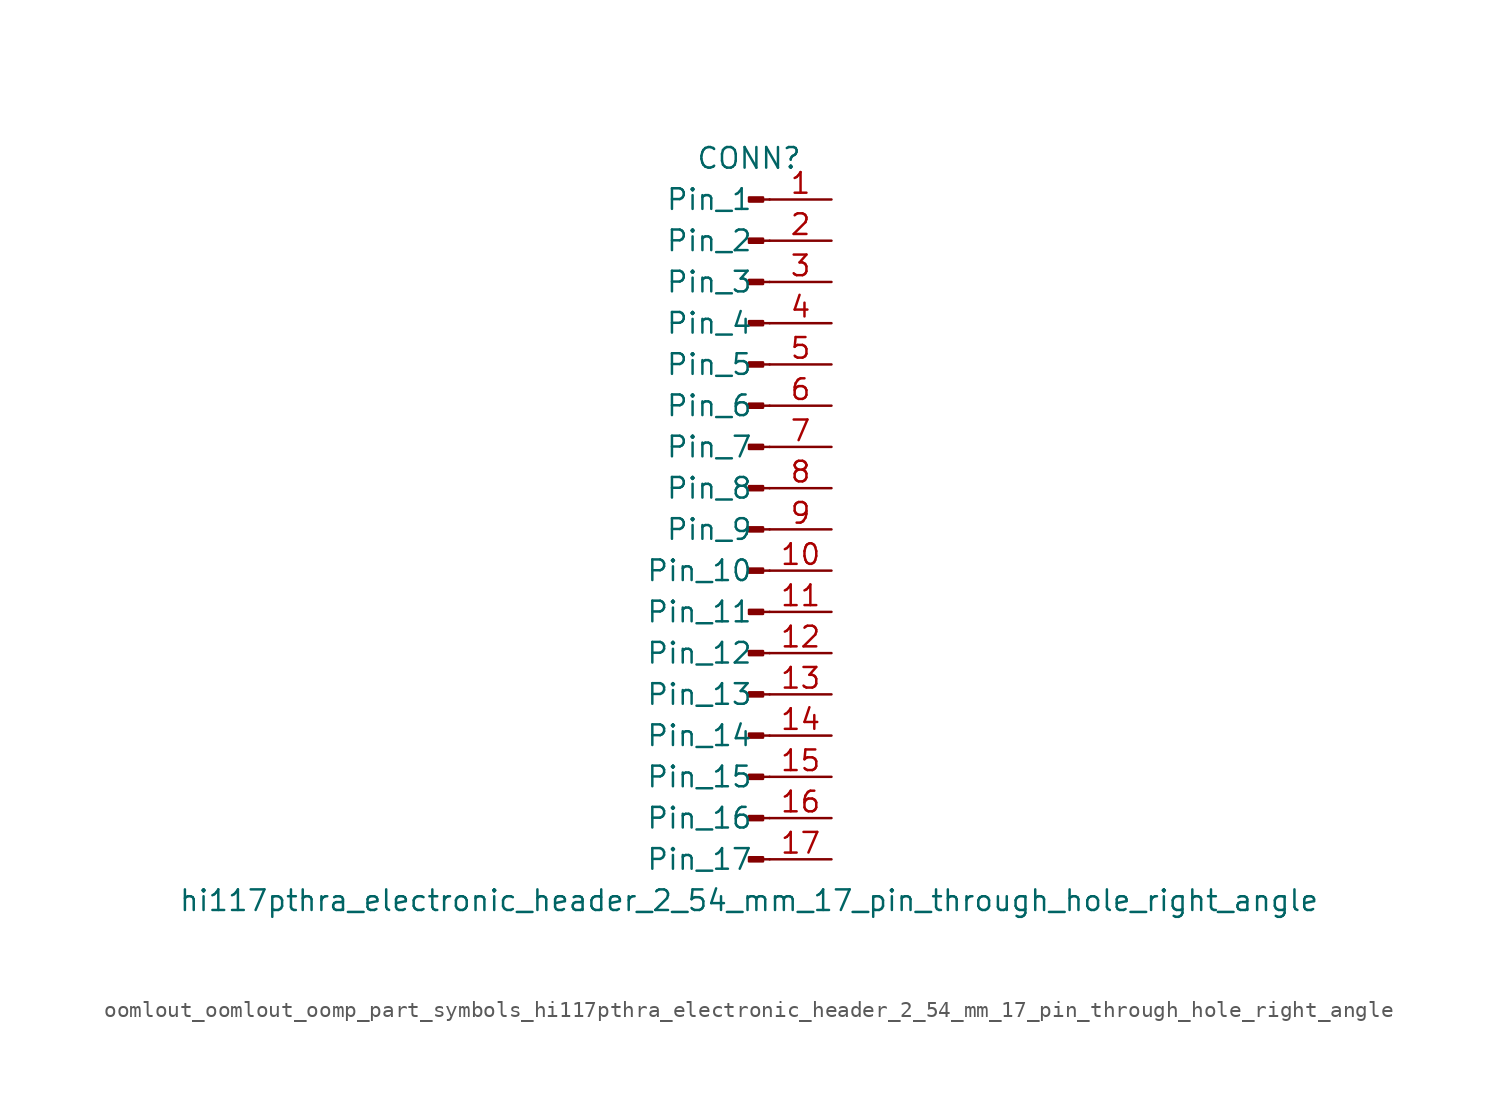
<source format=kicad_sym>
(kicad_symbol_lib
  (version 20220914)
  (generator kicad_symbol_editor)
  (symbol "oomlout_oomlout_oomp_part_symbols_hi117pthra_electronic_header_2_54_mm_17_pin_through_hole_right_angle"
    (pin_names
      (offset 1.016))
    (property "Reference" "CONN"
      (at 0 22.86 0)
      (effects (font (size 1.27 1.27))))
    (property "Value" "hi117pthra_electronic_header_2_54_mm_17_pin_through_hole_right_angle"
      (at 0 -22.86 0)
      (effects (font (size 1.27 1.27))))
    (property "ki_locked" ""
      (at 0 0 0)
      (effects (font (size 1.27 1.27))))
    (symbol "oomlout_oomlout_oomp_part_symbols_hi117pthra_electronic_header_2_54_mm_17_pin_through_hole_right_angle_1_1"
      (polyline (pts (xy 1.27 -20.32) (xy 0.864 -20.32)) (stroke (width 0.152) (type default)) (fill (type none)))
      (polyline (pts (xy 1.27 -17.78) (xy 0.864 -17.78)) (stroke (width 0.152) (type default)) (fill (type none)))
      (polyline (pts (xy 1.27 -15.24) (xy 0.864 -15.24)) (stroke (width 0.152) (type default)) (fill (type none)))
      (polyline (pts (xy 1.27 -12.7) (xy 0.864 -12.7)) (stroke (width 0.152) (type default)) (fill (type none)))
      (polyline (pts (xy 1.27 -10.16) (xy 0.864 -10.16)) (stroke (width 0.152) (type default)) (fill (type none)))
      (polyline (pts (xy 1.27 -7.62) (xy 0.864 -7.62)) (stroke (width 0.152) (type default)) (fill (type none)))
      (polyline (pts (xy 1.27 -5.08) (xy 0.864 -5.08)) (stroke (width 0.152) (type default)) (fill (type none)))
      (polyline (pts (xy 1.27 -2.54) (xy 0.864 -2.54)) (stroke (width 0.152) (type default)) (fill (type none)))
      (polyline (pts (xy 1.27 0) (xy 0.864 0)) (stroke (width 0.152) (type default)) (fill (type none)))
      (polyline (pts (xy 1.27 2.54) (xy 0.864 2.54)) (stroke (width 0.152) (type default)) (fill (type none)))
      (polyline (pts (xy 1.27 5.08) (xy 0.864 5.08)) (stroke (width 0.152) (type default)) (fill (type none)))
      (polyline (pts (xy 1.27 7.62) (xy 0.864 7.62)) (stroke (width 0.152) (type default)) (fill (type none)))
      (polyline (pts (xy 1.27 10.16) (xy 0.864 10.16)) (stroke (width 0.152) (type default)) (fill (type none)))
      (polyline (pts (xy 1.27 12.7) (xy 0.864 12.7)) (stroke (width 0.152) (type default)) (fill (type none)))
      (polyline (pts (xy 1.27 15.24) (xy 0.864 15.24)) (stroke (width 0.152) (type default)) (fill (type none)))
      (polyline (pts (xy 1.27 17.78) (xy 0.864 17.78)) (stroke (width 0.152) (type default)) (fill (type none)))
      (polyline (pts (xy 1.27 20.32) (xy 0.864 20.32)) (stroke (width 0.152) (type default)) (fill (type none)))
      (rectangle (start 0.864 -20.193) (end 0 -20.447) (stroke (width 0.152) (type default)) (fill (type outline)))
      (rectangle (start 0.864 -17.653) (end 0 -17.907) (stroke (width 0.152) (type default)) (fill (type outline)))
      (rectangle (start 0.864 -15.113) (end 0 -15.367) (stroke (width 0.152) (type default)) (fill (type outline)))
      (rectangle (start 0.864 -12.573) (end 0 -12.827) (stroke (width 0.152) (type default)) (fill (type outline)))
      (rectangle (start 0.864 -10.033) (end 0 -10.287) (stroke (width 0.152) (type default)) (fill (type outline)))
      (rectangle (start 0.864 -7.493) (end 0 -7.747) (stroke (width 0.152) (type default)) (fill (type outline)))
      (rectangle (start 0.864 -4.953) (end 0 -5.207) (stroke (width 0.152) (type default)) (fill (type outline)))
      (rectangle (start 0.864 -2.413) (end 0 -2.667) (stroke (width 0.152) (type default)) (fill (type outline)))
      (rectangle (start 0.864 0.127) (end 0 -0.127) (stroke (width 0.152) (type default)) (fill (type outline)))
      (rectangle (start 0.864 2.667) (end 0 2.413) (stroke (width 0.152) (type default)) (fill (type outline)))
      (rectangle (start 0.864 5.207) (end 0 4.953) (stroke (width 0.152) (type default)) (fill (type outline)))
      (rectangle (start 0.864 7.747) (end 0 7.493) (stroke (width 0.152) (type default)) (fill (type outline)))
      (rectangle (start 0.864 10.287) (end 0 10.033) (stroke (width 0.152) (type default)) (fill (type outline)))
      (rectangle (start 0.864 12.827) (end 0 12.573) (stroke (width 0.152) (type default)) (fill (type outline)))
      (rectangle (start 0.864 15.367) (end 0 15.113) (stroke (width 0.152) (type default)) (fill (type outline)))
      (rectangle (start 0.864 17.907) (end 0 17.653) (stroke (width 0.152) (type default)) (fill (type outline)))
      (rectangle (start 0.864 20.447) (end 0 20.193) (stroke (width 0.152) (type default)) (fill (type outline)))
      (pin passive line (at 5.08 20.32 180) (length 3.81) (name "Pin_1" (effects (font (size 1.27 1.27)))) (number "1" (effects (font (size 1.27 1.27)))))
      (pin passive line (at 5.08 -2.54 180) (length 3.81) (name "Pin_10" (effects (font (size 1.27 1.27)))) (number "10" (effects (font (size 1.27 1.27)))))
      (pin passive line (at 5.08 -5.08 180) (length 3.81) (name "Pin_11" (effects (font (size 1.27 1.27)))) (number "11" (effects (font (size 1.27 1.27)))))
      (pin passive line (at 5.08 -7.62 180) (length 3.81) (name "Pin_12" (effects (font (size 1.27 1.27)))) (number "12" (effects (font (size 1.27 1.27)))))
      (pin passive line (at 5.08 -10.16 180) (length 3.81) (name "Pin_13" (effects (font (size 1.27 1.27)))) (number "13" (effects (font (size 1.27 1.27)))))
      (pin passive line (at 5.08 -12.7 180) (length 3.81) (name "Pin_14" (effects (font (size 1.27 1.27)))) (number "14" (effects (font (size 1.27 1.27)))))
      (pin passive line (at 5.08 -15.24 180) (length 3.81) (name "Pin_15" (effects (font (size 1.27 1.27)))) (number "15" (effects (font (size 1.27 1.27)))))
      (pin passive line (at 5.08 -17.78 180) (length 3.81) (name "Pin_16" (effects (font (size 1.27 1.27)))) (number "16" (effects (font (size 1.27 1.27)))))
      (pin passive line (at 5.08 -20.32 180) (length 3.81) (name "Pin_17" (effects (font (size 1.27 1.27)))) (number "17" (effects (font (size 1.27 1.27)))))
      (pin passive line (at 5.08 17.78 180) (length 3.81) (name "Pin_2" (effects (font (size 1.27 1.27)))) (number "2" (effects (font (size 1.27 1.27)))))
      (pin passive line (at 5.08 15.24 180) (length 3.81) (name "Pin_3" (effects (font (size 1.27 1.27)))) (number "3" (effects (font (size 1.27 1.27)))))
      (pin passive line (at 5.08 12.7 180) (length 3.81) (name "Pin_4" (effects (font (size 1.27 1.27)))) (number "4" (effects (font (size 1.27 1.27)))))
      (pin passive line (at 5.08 10.16 180) (length 3.81) (name "Pin_5" (effects (font (size 1.27 1.27)))) (number "5" (effects (font (size 1.27 1.27)))))
      (pin passive line (at 5.08 7.62 180) (length 3.81) (name "Pin_6" (effects (font (size 1.27 1.27)))) (number "6" (effects (font (size 1.27 1.27)))))
      (pin passive line (at 5.08 5.08 180) (length 3.81) (name "Pin_7" (effects (font (size 1.27 1.27)))) (number "7" (effects (font (size 1.27 1.27)))))
      (pin passive line (at 5.08 2.54 180) (length 3.81) (name "Pin_8" (effects (font (size 1.27 1.27)))) (number "8" (effects (font (size 1.27 1.27)))))
      (pin passive line (at 5.08 0 180) (length 3.81) (name "Pin_9" (effects (font (size 1.27 1.27)))) (number "9" (effects (font (size 1.27 1.27))))))))
</source>
